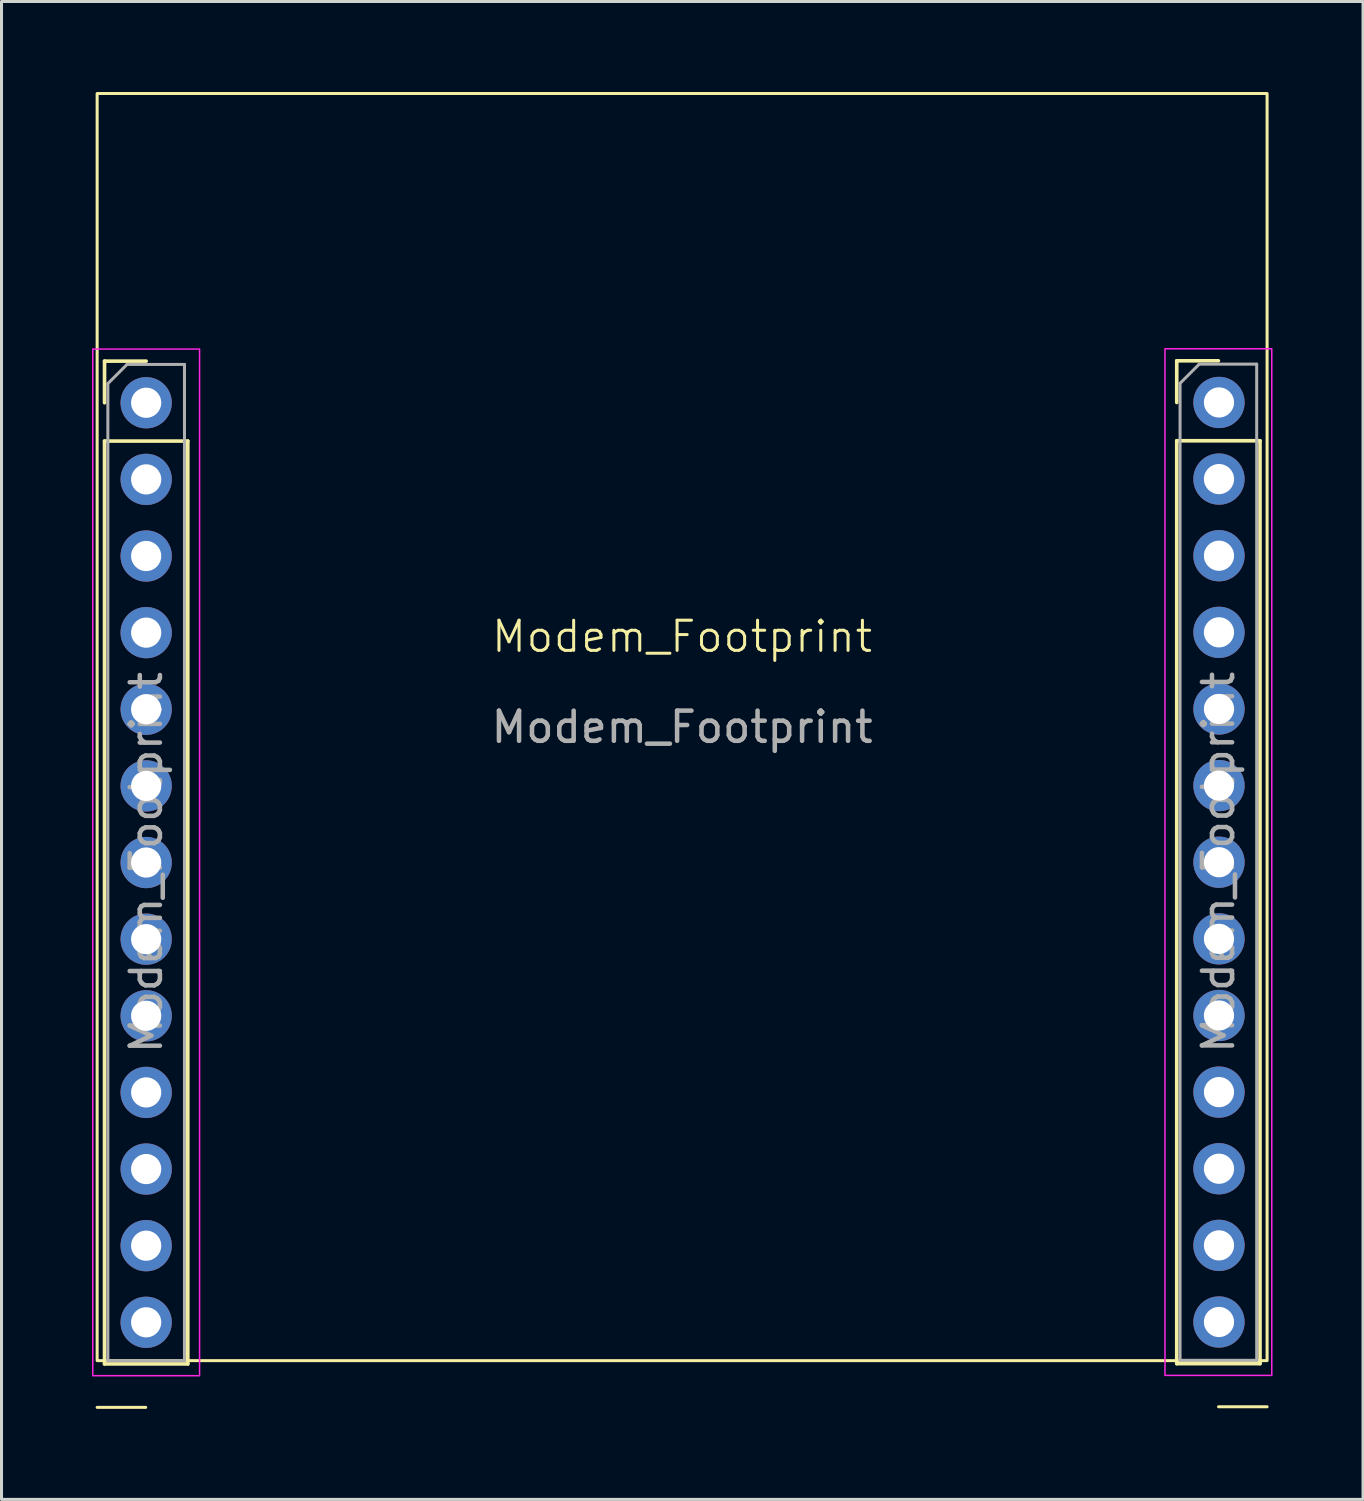
<source format=kicad_pcb>
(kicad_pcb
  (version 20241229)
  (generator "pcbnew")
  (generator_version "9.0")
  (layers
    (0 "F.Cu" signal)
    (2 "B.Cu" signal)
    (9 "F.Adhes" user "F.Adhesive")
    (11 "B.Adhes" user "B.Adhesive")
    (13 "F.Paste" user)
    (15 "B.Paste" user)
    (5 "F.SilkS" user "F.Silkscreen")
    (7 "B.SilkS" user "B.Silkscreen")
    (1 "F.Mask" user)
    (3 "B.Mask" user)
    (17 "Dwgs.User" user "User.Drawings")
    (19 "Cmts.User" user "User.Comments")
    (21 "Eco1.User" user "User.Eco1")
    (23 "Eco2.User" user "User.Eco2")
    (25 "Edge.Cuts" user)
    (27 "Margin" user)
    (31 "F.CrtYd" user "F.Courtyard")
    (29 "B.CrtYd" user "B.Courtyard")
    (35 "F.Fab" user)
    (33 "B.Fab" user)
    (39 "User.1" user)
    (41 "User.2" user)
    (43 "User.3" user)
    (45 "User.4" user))
  (footprint "Modem_Footprint"
    (layer "F.Cu")
    (at 19.625 21.99)
    (property "Reference" "Modem_Footprint" (at -0.065 -3.94 0) (unlocked yes) (layer "F.SilkS") (effects (font (size 1 1) (thickness 0.1))))
    (attr smd)
    (fp_line (start -19.455 21.61) (end -17.845 21.61) (stroke (width 0.1) (type solid)) (layer "F.SilkS"))
    (fp_line (start -19.21 -13.07) (end -17.83 -13.07) (stroke (width 0.12) (type solid)) (layer "F.SilkS"))
    (fp_line (start -19.21 -11.69) (end -19.21 -13.07) (stroke (width 0.12) (type solid)) (layer "F.SilkS"))
    (fp_line (start -19.21 -10.42) (end -19.21 20.17) (stroke (width 0.12) (type solid)) (layer "F.SilkS"))
    (fp_line (start -19.21 -10.42) (end -16.45 -10.42) (stroke (width 0.12) (type solid)) (layer "F.SilkS"))
    (fp_line (start -19.21 20.17) (end -16.45 20.17) (stroke (width 0.12) (type solid)) (layer "F.SilkS"))
    (fp_line (start -16.45 -10.42) (end -16.45 20.17) (stroke (width 0.12) (type solid)) (layer "F.SilkS"))
    (fp_line (start 16.33 -13.08) (end 17.71 -13.08) (stroke (width 0.12) (type solid)) (layer "F.SilkS"))
    (fp_line (start 16.33 -11.7) (end 16.33 -13.08) (stroke (width 0.12) (type solid)) (layer "F.SilkS"))
    (fp_line (start 16.33 -10.43) (end 16.33 20.16) (stroke (width 0.12) (type solid)) (layer "F.SilkS"))
    (fp_line (start 16.33 -10.43) (end 19.09 -10.43) (stroke (width 0.12) (type solid)) (layer "F.SilkS"))
    (fp_line (start 16.33 20.16) (end 19.09 20.16) (stroke (width 0.12) (type solid)) (layer "F.SilkS"))
    (fp_line (start 19.09 -10.43) (end 19.09 20.16) (stroke (width 0.12) (type solid)) (layer "F.SilkS"))
    (fp_line (start 19.325 21.59) (end 17.715 21.59) (stroke (width 0.1) (type solid)) (layer "F.SilkS"))
    (fp_rect (start -19.455 -21.94) (end 19.325 20.06) (stroke (width 0.1) (type solid)) (fill no) (layer "F.SilkS"))
    (fp_rect (start -19.6 -13.47) (end -16.06 20.56) (stroke (width 0.05) (type solid)) (fill no) (layer "F.CrtYd"))
    (fp_rect (start 15.94 -13.48) (end 19.48 20.55) (stroke (width 0.05) (type solid)) (fill no) (layer "F.CrtYd"))
    (fp_line (start -19.1 -12.325) (end -18.465 -12.96) (stroke (width 0.1) (type solid)) (layer "F.Fab"))
    (fp_line (start -19.1 20.06) (end -19.1 -12.325) (stroke (width 0.1) (type solid)) (layer "F.Fab"))
    (fp_line (start -18.465 -12.96) (end -16.56 -12.96) (stroke (width 0.1) (type solid)) (layer "F.Fab"))
    (fp_line (start -16.56 -12.96) (end -16.56 20.06) (stroke (width 0.1) (type solid)) (layer "F.Fab"))
    (fp_line (start -16.56 20.06) (end -19.1 20.06) (stroke (width 0.1) (type solid)) (layer "F.Fab"))
    (fp_line (start 16.44 -12.335) (end 17.075 -12.97) (stroke (width 0.1) (type solid)) (layer "F.Fab"))
    (fp_line (start 16.44 20.05) (end 16.44 -12.335) (stroke (width 0.1) (type solid)) (layer "F.Fab"))
    (fp_line (start 17.075 -12.97) (end 18.98 -12.97) (stroke (width 0.1) (type solid)) (layer "F.Fab"))
    (fp_line (start 18.98 -12.97) (end 18.98 20.05) (stroke (width 0.1) (type solid)) (layer "F.Fab"))
    (fp_line (start 18.98 20.05) (end 16.44 20.05) (stroke (width 0.1) (type solid)) (layer "F.Fab"))
    (fp_text user "${REFERENCE}" (at -17.83 3.55 90) (layer "F.Fab") (effects (font (size 1 1) (thickness 0.15))))
    (fp_text user "${REFERENCE}" (at -0.065 -0.94 0) (unlocked yes) (layer "F.Fab") (effects (font (size 1 1) (thickness 0.15))))
    (fp_text user "${REFERENCE}" (at 17.71 3.54 90) (layer "F.Fab") (effects (font (size 1 1) (thickness 0.15))))
    (pad "1" thru_hole circle (at -17.83 -11.69) (size 1.7 1.7) (drill 1) (layers "*.Cu" "*.Mask"))
    (pad "2" thru_hole circle (at -17.83 -9.15) (size 1.7 1.7) (drill 1) (layers "*.Cu" "*.Mask"))
    (pad "3" thru_hole circle (at -17.83 -6.61) (size 1.7 1.7) (drill 1) (layers "*.Cu" "*.Mask"))
    (pad "4" thru_hole circle (at -17.83 -4.07) (size 1.7 1.7) (drill 1) (layers "*.Cu" "*.Mask"))
    (pad "5" thru_hole circle (at -17.83 -1.53) (size 1.7 1.7) (drill 1) (layers "*.Cu" "*.Mask"))
    (pad "6" thru_hole circle (at -17.83 1.01) (size 1.7 1.7) (drill 1) (layers "*.Cu" "*.Mask"))
    (pad "7" thru_hole circle (at -17.83 3.55) (size 1.7 1.7) (drill 1) (layers "*.Cu" "*.Mask"))
    (pad "8" thru_hole circle (at -17.83 6.09) (size 1.7 1.7) (drill 1) (layers "*.Cu" "*.Mask"))
    (pad "9" thru_hole circle (at -17.83 8.63) (size 1.7 1.7) (drill 1) (layers "*.Cu" "*.Mask"))
    (pad "10" thru_hole circle (at -17.83 11.17) (size 1.7 1.7) (drill 1) (layers "*.Cu" "*.Mask"))
    (pad "11" thru_hole circle (at -17.83 13.71) (size 1.7 1.7) (drill 1) (layers "*.Cu" "*.Mask"))
    (pad "12" thru_hole circle (at -17.83 16.25) (size 1.7 1.7) (drill 1) (layers "*.Cu" "*.Mask"))
    (pad "13" thru_hole circle (at -17.83 18.79) (size 1.7 1.7) (drill 1) (layers "*.Cu" "*.Mask"))
    (pad "14" thru_hole circle (at 17.73 18.78) (size 1.7 1.7) (drill 1) (layers "*.Cu" "*.Mask"))
    (pad "15" thru_hole circle (at 17.73 16.24) (size 1.7 1.7) (drill 1) (layers "*.Cu" "*.Mask"))
    (pad "16" thru_hole circle (at 17.73 13.7) (size 1.7 1.7) (drill 1) (layers "*.Cu" "*.Mask"))
    (pad "17" thru_hole circle (at 17.73 11.16) (size 1.7 1.7) (drill 1) (layers "*.Cu" "*.Mask"))
    (pad "18" thru_hole circle (at 17.73 8.62) (size 1.7 1.7) (drill 1) (layers "*.Cu" "*.Mask"))
    (pad "19" thru_hole circle (at 17.73 6.08) (size 1.7 1.7) (drill 1) (layers "*.Cu" "*.Mask"))
    (pad "20" thru_hole circle (at 17.73 3.54) (size 1.7 1.7) (drill 1) (layers "*.Cu" "*.Mask"))
    (pad "21" thru_hole circle (at 17.73 1) (size 1.7 1.7) (drill 1) (layers "*.Cu" "*.Mask"))
    (pad "22" thru_hole circle (at 17.73 -1.54) (size 1.7 1.7) (drill 1) (layers "*.Cu" "*.Mask"))
    (pad "23" thru_hole circle (at 17.73 -4.08) (size 1.7 1.7) (drill 1) (layers "*.Cu" "*.Mask"))
    (pad "24" thru_hole circle (at 17.73 -6.62) (size 1.7 1.7) (drill 1) (layers "*.Cu" "*.Mask"))
    (pad "25" thru_hole circle (at 17.73 -9.16) (size 1.7 1.7) (drill 1) (layers "*.Cu" "*.Mask"))
    (pad "26" thru_hole circle (at 17.73 -11.7) (size 1.7 1.7) (drill 1) (layers "*.Cu" "*.Mask")))
  (gr_rect
    (start -3 -3)
    (end 42.13 46.65)
    (stroke (width 0.1) (type default))
    (fill no)
    (layer "Edge.Cuts")))
</source>
